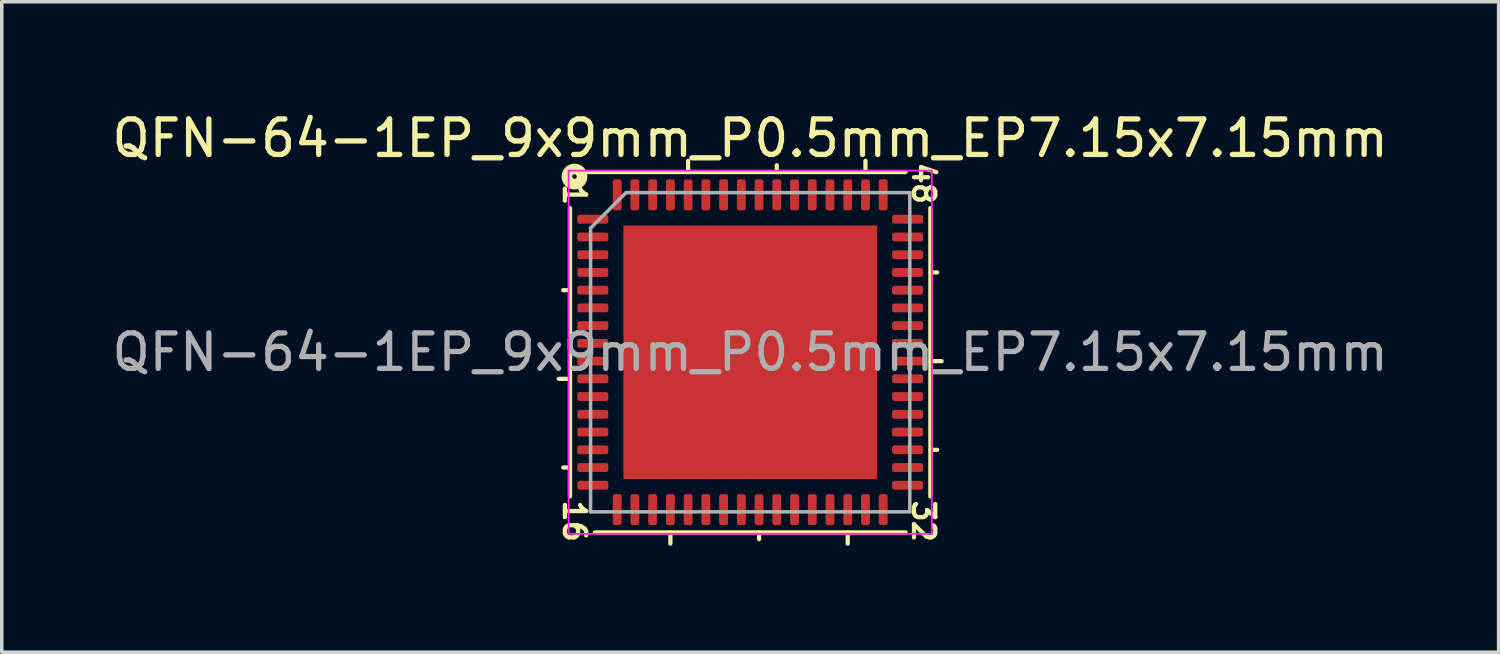
<source format=kicad_pcb>
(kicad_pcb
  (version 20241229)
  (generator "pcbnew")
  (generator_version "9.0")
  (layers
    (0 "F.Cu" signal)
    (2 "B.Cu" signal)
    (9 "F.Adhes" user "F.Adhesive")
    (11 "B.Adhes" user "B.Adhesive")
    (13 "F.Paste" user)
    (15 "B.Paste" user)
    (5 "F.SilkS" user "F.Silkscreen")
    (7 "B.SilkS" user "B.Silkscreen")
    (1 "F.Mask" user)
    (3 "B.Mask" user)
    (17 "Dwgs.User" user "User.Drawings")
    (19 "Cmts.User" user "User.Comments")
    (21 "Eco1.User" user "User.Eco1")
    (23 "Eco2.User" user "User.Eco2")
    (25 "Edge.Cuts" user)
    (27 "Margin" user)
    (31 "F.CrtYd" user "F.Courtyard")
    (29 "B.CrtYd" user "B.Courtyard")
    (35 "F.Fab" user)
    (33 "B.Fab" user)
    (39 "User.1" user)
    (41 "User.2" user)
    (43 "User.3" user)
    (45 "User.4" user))
  (footprint "QFN-64-1EP_9x9mm_P0.5mm_EP7.15x7.15mm"
    (layer "F.Cu")
    (at 18.101 6.881)
    (property "Reference" "QFN-64-1EP_9x9mm_P0.5mm_EP7.15x7.15mm" (at 0 -6.032 0) (layer "F.SilkS") (effects (font (size 1 1) (thickness 0.15))))
    (attr smd)
    (fp_line (start -5.08 -4.064) (end -5.08 4.064) (stroke (width 0.12) (type solid)) (layer "F.SilkS"))
    (fp_line (start -5.08 -1.75) (end -5.271 -1.75) (stroke (width 0.12) (type solid)) (layer "F.SilkS"))
    (fp_line (start -5.08 0.75) (end -5.397 0.75) (stroke (width 0.12) (type solid)) (layer "F.SilkS"))
    (fp_line (start -5.08 3.25) (end -5.271 3.25) (stroke (width 0.12) (type solid)) (layer "F.SilkS"))
    (fp_line (start -4.381 5.08) (end 4.381 5.08) (stroke (width 0.12) (type solid)) (layer "F.SilkS"))
    (fp_line (start -2.25 5.08) (end -2.25 5.397) (stroke (width 0.12) (type solid)) (layer "F.SilkS"))
    (fp_line (start -1.75 -5.08) (end -1.75 -5.397) (stroke (width 0.12) (type solid)) (layer "F.SilkS"))
    (fp_line (start 0.25 5.08) (end 0.25 5.271) (stroke (width 0.12) (type solid)) (layer "F.SilkS"))
    (fp_line (start 0.75 -5.08) (end 0.75 -5.271) (stroke (width 0.12) (type solid)) (layer "F.SilkS"))
    (fp_line (start 2.75 5.08) (end 2.75 5.397) (stroke (width 0.12) (type solid)) (layer "F.SilkS"))
    (fp_line (start 3.25 -5.08) (end 3.25 -5.397) (stroke (width 0.12) (type solid)) (layer "F.SilkS"))
    (fp_line (start 4.381 -5.08) (end -4.572 -5.08) (stroke (width 0.12) (type solid)) (layer "F.SilkS"))
    (fp_line (start 5.08 -2.25) (end 5.271 -2.25) (stroke (width 0.12) (type solid)) (layer "F.SilkS"))
    (fp_line (start 5.08 0.25) (end 5.397 0.25) (stroke (width 0.12) (type solid)) (layer "F.SilkS"))
    (fp_line (start 5.08 2.75) (end 5.271 2.75) (stroke (width 0.12) (type solid)) (layer "F.SilkS"))
    (fp_line (start 5.08 4.064) (end 5.08 -4.064) (stroke (width 0.12) (type solid)) (layer "F.SilkS"))
    (fp_circle (center -4.953 -4.953) (end -4.889 -4.953) (stroke (width 0.3) (type solid)) (fill no) (layer "F.SilkS"))
    (fp_line (start -5.12 -5.12) (end -5.12 5.12) (stroke (width 0.05) (type solid)) (layer "F.CrtYd"))
    (fp_line (start -5.12 5.12) (end 5.12 5.12) (stroke (width 0.05) (type solid)) (layer "F.CrtYd"))
    (fp_line (start 5.12 -5.12) (end -5.12 -5.12) (stroke (width 0.05) (type solid)) (layer "F.CrtYd"))
    (fp_line (start 5.12 5.12) (end 5.12 -5.12) (stroke (width 0.05) (type solid)) (layer "F.CrtYd"))
    (fp_line (start -4.5 -3.5) (end -3.5 -4.5) (stroke (width 0.1) (type solid)) (layer "F.Fab"))
    (fp_line (start -4.5 4.5) (end -4.5 -3.5) (stroke (width 0.1) (type solid)) (layer "F.Fab"))
    (fp_line (start -3.5 -4.5) (end 4.5 -4.5) (stroke (width 0.1) (type solid)) (layer "F.Fab"))
    (fp_line (start 4.5 -4.5) (end 4.5 4.5) (stroke (width 0.1) (type solid)) (layer "F.Fab"))
    (fp_line (start 4.5 4.5) (end -4.5 4.5) (stroke (width 0.1) (type solid)) (layer "F.Fab"))
    (fp_text user "32" (at 4.889 4.763 270) (unlocked yes) (layer "F.SilkS") (effects (font (size 0.6 0.6) (thickness 0.12))))
    (fp_text user "1" (at -4.953 -4.445 270) (unlocked yes) (layer "F.SilkS") (effects (font (size 0.6 0.6) (thickness 0.12))))
    (fp_text user "16" (at -4.953 4.763 270) (unlocked yes) (layer "F.SilkS") (effects (font (size 0.6 0.6) (thickness 0.12))))
    (fp_text user "48" (at 4.889 -4.763 270) (unlocked yes) (layer "F.SilkS") (effects (font (size 0.6 0.6) (thickness 0.12))))
    (fp_text user "${REFERENCE}" (at 0 0 0) (layer "F.Fab") (effects (font (size 1 1) (thickness 0.15))))
    (pad "" smd roundrect (at -2.86 -2.86) (size 1.15 1.15) (layers "F.Paste") (roundrect_rratio 0.217))
    (pad "" smd roundrect (at -2.86 -1.43) (size 1.15 1.15) (layers "F.Paste") (roundrect_rratio 0.217))
    (pad "" smd roundrect (at -2.86 0) (size 1.15 1.15) (layers "F.Paste") (roundrect_rratio 0.217))
    (pad "" smd roundrect (at -2.86 1.43) (size 1.15 1.15) (layers "F.Paste") (roundrect_rratio 0.217))
    (pad "" smd roundrect (at -2.86 2.86) (size 1.15 1.15) (layers "F.Paste") (roundrect_rratio 0.217))
    (pad "" smd roundrect (at -1.43 -2.86) (size 1.15 1.15) (layers "F.Paste") (roundrect_rratio 0.217))
    (pad "" smd roundrect (at -1.43 -1.43) (size 1.15 1.15) (layers "F.Paste") (roundrect_rratio 0.217))
    (pad "" smd roundrect (at -1.43 0) (size 1.15 1.15) (layers "F.Paste") (roundrect_rratio 0.217))
    (pad "" smd roundrect (at -1.43 1.43) (size 1.15 1.15) (layers "F.Paste") (roundrect_rratio 0.217))
    (pad "" smd roundrect (at -1.43 2.86) (size 1.15 1.15) (layers "F.Paste") (roundrect_rratio 0.217))
    (pad "" smd roundrect (at 0 -2.86) (size 1.15 1.15) (layers "F.Paste") (roundrect_rratio 0.217))
    (pad "" smd roundrect (at 0 -1.43) (size 1.15 1.15) (layers "F.Paste") (roundrect_rratio 0.217))
    (pad "" smd roundrect (at 0 0) (size 1.15 1.15) (layers "F.Paste") (roundrect_rratio 0.217))
    (pad "" smd roundrect (at 0 1.43) (size 1.15 1.15) (layers "F.Paste") (roundrect_rratio 0.217))
    (pad "" smd roundrect (at 0 2.86) (size 1.15 1.15) (layers "F.Paste") (roundrect_rratio 0.217))
    (pad "" smd roundrect (at 1.43 -2.86) (size 1.15 1.15) (layers "F.Paste") (roundrect_rratio 0.217))
    (pad "" smd roundrect (at 1.43 -1.43) (size 1.15 1.15) (layers "F.Paste") (roundrect_rratio 0.217))
    (pad "" smd roundrect (at 1.43 0) (size 1.15 1.15) (layers "F.Paste") (roundrect_rratio 0.217))
    (pad "" smd roundrect (at 1.43 1.43) (size 1.15 1.15) (layers "F.Paste") (roundrect_rratio 0.217))
    (pad "" smd roundrect (at 1.43 2.86) (size 1.15 1.15) (layers "F.Paste") (roundrect_rratio 0.217))
    (pad "" smd roundrect (at 2.86 -2.86) (size 1.15 1.15) (layers "F.Paste") (roundrect_rratio 0.217))
    (pad "" smd roundrect (at 2.86 -1.43) (size 1.15 1.15) (layers "F.Paste") (roundrect_rratio 0.217))
    (pad "" smd roundrect (at 2.86 0) (size 1.15 1.15) (layers "F.Paste") (roundrect_rratio 0.217))
    (pad "" smd roundrect (at 2.86 1.43) (size 1.15 1.15) (layers "F.Paste") (roundrect_rratio 0.217))
    (pad "" smd roundrect (at 2.86 2.86) (size 1.15 1.15) (layers "F.Paste") (roundrect_rratio 0.217))
    (pad "1" smd roundrect (at -4.438 -3.75) (size 0.875 0.25) (layers "F.Cu" "F.Mask" "F.Paste") (roundrect_rratio 0.25))
    (pad "2" smd roundrect (at -4.438 -3.25) (size 0.875 0.25) (layers "F.Cu" "F.Mask" "F.Paste") (roundrect_rratio 0.25))
    (pad "3" smd roundrect (at -4.438 -2.75) (size 0.875 0.25) (layers "F.Cu" "F.Mask" "F.Paste") (roundrect_rratio 0.25))
    (pad "4" smd roundrect (at -4.438 -2.25) (size 0.875 0.25) (layers "F.Cu" "F.Mask" "F.Paste") (roundrect_rratio 0.25))
    (pad "5" smd roundrect (at -4.438 -1.75) (size 0.875 0.25) (layers "F.Cu" "F.Mask" "F.Paste") (roundrect_rratio 0.25))
    (pad "6" smd roundrect (at -4.438 -1.25) (size 0.875 0.25) (layers "F.Cu" "F.Mask" "F.Paste") (roundrect_rratio 0.25))
    (pad "7" smd roundrect (at -4.438 -0.75) (size 0.875 0.25) (layers "F.Cu" "F.Mask" "F.Paste") (roundrect_rratio 0.25))
    (pad "8" smd roundrect (at -4.438 -0.25) (size 0.875 0.25) (layers "F.Cu" "F.Mask" "F.Paste") (roundrect_rratio 0.25))
    (pad "9" smd roundrect (at -4.438 0.25) (size 0.875 0.25) (layers "F.Cu" "F.Mask" "F.Paste") (roundrect_rratio 0.25))
    (pad "10" smd roundrect (at -4.438 0.75) (size 0.875 0.25) (layers "F.Cu" "F.Mask" "F.Paste") (roundrect_rratio 0.25))
    (pad "11" smd roundrect (at -4.438 1.25) (size 0.875 0.25) (layers "F.Cu" "F.Mask" "F.Paste") (roundrect_rratio 0.25))
    (pad "12" smd roundrect (at -4.438 1.75) (size 0.875 0.25) (layers "F.Cu" "F.Mask" "F.Paste") (roundrect_rratio 0.25))
    (pad "13" smd roundrect (at -4.438 2.25) (size 0.875 0.25) (layers "F.Cu" "F.Mask" "F.Paste") (roundrect_rratio 0.25))
    (pad "14" smd roundrect (at -4.438 2.75) (size 0.875 0.25) (layers "F.Cu" "F.Mask" "F.Paste") (roundrect_rratio 0.25))
    (pad "15" smd roundrect (at -4.438 3.25) (size 0.875 0.25) (layers "F.Cu" "F.Mask" "F.Paste") (roundrect_rratio 0.25))
    (pad "16" smd roundrect (at -4.438 3.75) (size 0.875 0.25) (layers "F.Cu" "F.Mask" "F.Paste") (roundrect_rratio 0.25))
    (pad "17" smd roundrect (at -3.75 4.438) (size 0.25 0.875) (layers "F.Cu" "F.Mask" "F.Paste") (roundrect_rratio 0.25))
    (pad "18" smd roundrect (at -3.25 4.438) (size 0.25 0.875) (layers "F.Cu" "F.Mask" "F.Paste") (roundrect_rratio 0.25))
    (pad "19" smd roundrect (at -2.75 4.438) (size 0.25 0.875) (layers "F.Cu" "F.Mask" "F.Paste") (roundrect_rratio 0.25))
    (pad "20" smd roundrect (at -2.25 4.438) (size 0.25 0.875) (layers "F.Cu" "F.Mask" "F.Paste") (roundrect_rratio 0.25))
    (pad "21" smd roundrect (at -1.75 4.438) (size 0.25 0.875) (layers "F.Cu" "F.Mask" "F.Paste") (roundrect_rratio 0.25))
    (pad "22" smd roundrect (at -1.25 4.438) (size 0.25 0.875) (layers "F.Cu" "F.Mask" "F.Paste") (roundrect_rratio 0.25))
    (pad "23" smd roundrect (at -0.75 4.438) (size 0.25 0.875) (layers "F.Cu" "F.Mask" "F.Paste") (roundrect_rratio 0.25))
    (pad "24" smd roundrect (at -0.25 4.438) (size 0.25 0.875) (layers "F.Cu" "F.Mask" "F.Paste") (roundrect_rratio 0.25))
    (pad "25" smd roundrect (at 0.25 4.438) (size 0.25 0.875) (layers "F.Cu" "F.Mask" "F.Paste") (roundrect_rratio 0.25))
    (pad "26" smd roundrect (at 0.75 4.438) (size 0.25 0.875) (layers "F.Cu" "F.Mask" "F.Paste") (roundrect_rratio 0.25))
    (pad "27" smd roundrect (at 1.25 4.438) (size 0.25 0.875) (layers "F.Cu" "F.Mask" "F.Paste") (roundrect_rratio 0.25))
    (pad "28" smd roundrect (at 1.75 4.438) (size 0.25 0.875) (layers "F.Cu" "F.Mask" "F.Paste") (roundrect_rratio 0.25))
    (pad "29" smd roundrect (at 2.25 4.438) (size 0.25 0.875) (layers "F.Cu" "F.Mask" "F.Paste") (roundrect_rratio 0.25))
    (pad "30" smd roundrect (at 2.75 4.438) (size 0.25 0.875) (layers "F.Cu" "F.Mask" "F.Paste") (roundrect_rratio 0.25))
    (pad "31" smd roundrect (at 3.25 4.438) (size 0.25 0.875) (layers "F.Cu" "F.Mask" "F.Paste") (roundrect_rratio 0.25))
    (pad "32" smd roundrect (at 3.75 4.438) (size 0.25 0.875) (layers "F.Cu" "F.Mask" "F.Paste") (roundrect_rratio 0.25))
    (pad "33" smd roundrect (at 4.438 3.75) (size 0.875 0.25) (layers "F.Cu" "F.Mask" "F.Paste") (roundrect_rratio 0.25))
    (pad "34" smd roundrect (at 4.438 3.25) (size 0.875 0.25) (layers "F.Cu" "F.Mask" "F.Paste") (roundrect_rratio 0.25))
    (pad "35" smd roundrect (at 4.438 2.75) (size 0.875 0.25) (layers "F.Cu" "F.Mask" "F.Paste") (roundrect_rratio 0.25))
    (pad "36" smd roundrect (at 4.438 2.25) (size 0.875 0.25) (layers "F.Cu" "F.Mask" "F.Paste") (roundrect_rratio 0.25))
    (pad "37" smd roundrect (at 4.438 1.75) (size 0.875 0.25) (layers "F.Cu" "F.Mask" "F.Paste") (roundrect_rratio 0.25))
    (pad "38" smd roundrect (at 4.438 1.25) (size 0.875 0.25) (layers "F.Cu" "F.Mask" "F.Paste") (roundrect_rratio 0.25))
    (pad "39" smd roundrect (at 4.438 0.75) (size 0.875 0.25) (layers "F.Cu" "F.Mask" "F.Paste") (roundrect_rratio 0.25))
    (pad "40" smd roundrect (at 4.438 0.25) (size 0.875 0.25) (layers "F.Cu" "F.Mask" "F.Paste") (roundrect_rratio 0.25))
    (pad "41" smd roundrect (at 4.438 -0.25) (size 0.875 0.25) (layers "F.Cu" "F.Mask" "F.Paste") (roundrect_rratio 0.25))
    (pad "42" smd roundrect (at 4.438 -0.75) (size 0.875 0.25) (layers "F.Cu" "F.Mask" "F.Paste") (roundrect_rratio 0.25))
    (pad "43" smd roundrect (at 4.438 -1.25) (size 0.875 0.25) (layers "F.Cu" "F.Mask" "F.Paste") (roundrect_rratio 0.25))
    (pad "44" smd roundrect (at 4.438 -1.75) (size 0.875 0.25) (layers "F.Cu" "F.Mask" "F.Paste") (roundrect_rratio 0.25))
    (pad "45" smd roundrect (at 4.438 -2.25) (size 0.875 0.25) (layers "F.Cu" "F.Mask" "F.Paste") (roundrect_rratio 0.25))
    (pad "46" smd roundrect (at 4.438 -2.75) (size 0.875 0.25) (layers "F.Cu" "F.Mask" "F.Paste") (roundrect_rratio 0.25))
    (pad "47" smd roundrect (at 4.438 -3.25) (size 0.875 0.25) (layers "F.Cu" "F.Mask" "F.Paste") (roundrect_rratio 0.25))
    (pad "48" smd roundrect (at 4.438 -3.75) (size 0.875 0.25) (layers "F.Cu" "F.Mask" "F.Paste") (roundrect_rratio 0.25))
    (pad "49" smd roundrect (at 3.75 -4.438) (size 0.25 0.875) (layers "F.Cu" "F.Mask" "F.Paste") (roundrect_rratio 0.25))
    (pad "50" smd roundrect (at 3.25 -4.438) (size 0.25 0.875) (layers "F.Cu" "F.Mask" "F.Paste") (roundrect_rratio 0.25))
    (pad "51" smd roundrect (at 2.75 -4.438) (size 0.25 0.875) (layers "F.Cu" "F.Mask" "F.Paste") (roundrect_rratio 0.25))
    (pad "52" smd roundrect (at 2.25 -4.438) (size 0.25 0.875) (layers "F.Cu" "F.Mask" "F.Paste") (roundrect_rratio 0.25))
    (pad "53" smd roundrect (at 1.75 -4.438) (size 0.25 0.875) (layers "F.Cu" "F.Mask" "F.Paste") (roundrect_rratio 0.25))
    (pad "54" smd roundrect (at 1.25 -4.438) (size 0.25 0.875) (layers "F.Cu" "F.Mask" "F.Paste") (roundrect_rratio 0.25))
    (pad "55" smd roundrect (at 0.75 -4.438) (size 0.25 0.875) (layers "F.Cu" "F.Mask" "F.Paste") (roundrect_rratio 0.25))
    (pad "56" smd roundrect (at 0.25 -4.438) (size 0.25 0.875) (layers "F.Cu" "F.Mask" "F.Paste") (roundrect_rratio 0.25))
    (pad "57" smd roundrect (at -0.25 -4.438) (size 0.25 0.875) (layers "F.Cu" "F.Mask" "F.Paste") (roundrect_rratio 0.25))
    (pad "58" smd roundrect (at -0.75 -4.438) (size 0.25 0.875) (layers "F.Cu" "F.Mask" "F.Paste") (roundrect_rratio 0.25))
    (pad "59" smd roundrect (at -1.25 -4.438) (size 0.25 0.875) (layers "F.Cu" "F.Mask" "F.Paste") (roundrect_rratio 0.25))
    (pad "60" smd roundrect (at -1.75 -4.438) (size 0.25 0.875) (layers "F.Cu" "F.Mask" "F.Paste") (roundrect_rratio 0.25))
    (pad "61" smd roundrect (at -2.25 -4.438) (size 0.25 0.875) (layers "F.Cu" "F.Mask" "F.Paste") (roundrect_rratio 0.25))
    (pad "62" smd roundrect (at -2.75 -4.438) (size 0.25 0.875) (layers "F.Cu" "F.Mask" "F.Paste") (roundrect_rratio 0.25))
    (pad "63" smd roundrect (at -3.25 -4.438) (size 0.25 0.875) (layers "F.Cu" "F.Mask" "F.Paste") (roundrect_rratio 0.25))
    (pad "64" smd roundrect (at -3.75 -4.438) (size 0.25 0.875) (layers "F.Cu" "F.Mask" "F.Paste") (roundrect_rratio 0.25))
    (pad "65" smd rect (at 0 0) (size 7.15 7.15) (layers "F.Cu" "F.Mask")))
  (gr_rect
    (start -3 -3)
    (end 39.202 15.338)
    (stroke (width 0.1) (type default))
    (fill no)
    (layer "Edge.Cuts")))
</source>
